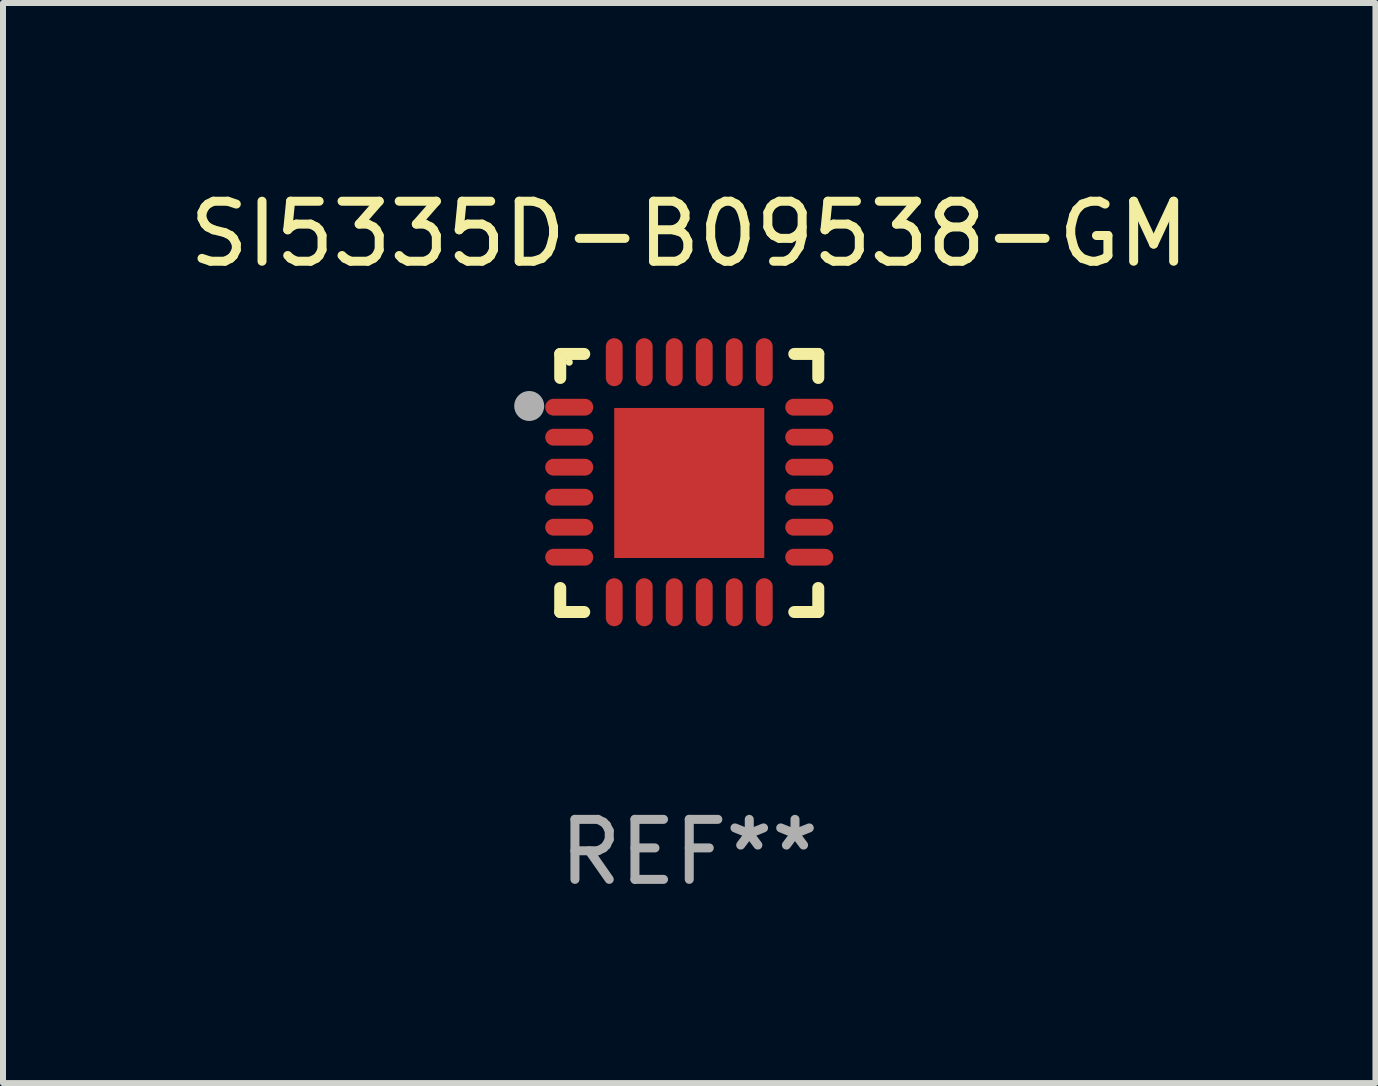
<source format=kicad_pcb>
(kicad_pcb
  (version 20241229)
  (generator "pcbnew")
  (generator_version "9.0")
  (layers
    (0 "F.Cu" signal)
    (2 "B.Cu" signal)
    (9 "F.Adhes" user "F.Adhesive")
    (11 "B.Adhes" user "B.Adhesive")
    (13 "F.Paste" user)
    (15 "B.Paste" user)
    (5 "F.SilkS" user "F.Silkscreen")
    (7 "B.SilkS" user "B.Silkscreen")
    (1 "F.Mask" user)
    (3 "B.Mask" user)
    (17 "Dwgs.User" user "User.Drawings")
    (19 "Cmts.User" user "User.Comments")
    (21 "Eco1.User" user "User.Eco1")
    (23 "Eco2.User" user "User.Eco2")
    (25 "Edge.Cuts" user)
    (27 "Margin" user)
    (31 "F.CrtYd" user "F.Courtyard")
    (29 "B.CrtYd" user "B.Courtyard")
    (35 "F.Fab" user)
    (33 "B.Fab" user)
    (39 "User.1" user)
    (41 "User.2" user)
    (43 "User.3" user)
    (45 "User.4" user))
  (footprint "SI5335D-B09538-GM"
    (layer "F.Cu")
    (at 8.435 4.998)
    (property "Reference" "SI5335D-B09538-GM" (at 0 -4.15 0) (layer "F.SilkS") (effects (font (size 1 1) (thickness 0.15))))
    (attr through_hole)
    (fp_line (start -2.15 -2.15) (end -1.75 -2.15) (stroke (width 0.2) (type solid)) (layer "F.SilkS"))
    (fp_line (start -2.15 -1.75) (end -2.15 -2.15) (stroke (width 0.2) (type solid)) (layer "F.SilkS"))
    (fp_line (start -2.15 2.15) (end -2.15 1.75) (stroke (width 0.2) (type solid)) (layer "F.SilkS"))
    (fp_line (start -1.75 2.15) (end -2.15 2.15) (stroke (width 0.2) (type solid)) (layer "F.SilkS"))
    (fp_line (start 1.75 -2.15) (end 2.15 -2.15) (stroke (width 0.2) (type solid)) (layer "F.SilkS"))
    (fp_line (start 1.75 2.15) (end 2.15 2.15) (stroke (width 0.2) (type solid)) (layer "F.SilkS"))
    (fp_line (start 2.15 -2.15) (end 2.15 -1.75) (stroke (width 0.2) (type solid)) (layer "F.SilkS"))
    (fp_line (start 2.15 2.15) (end 2.15 1.75) (stroke (width 0.2) (type solid)) (layer "F.SilkS"))
    (fp_circle (center -2 -2.013) (end -1.97 -2.013) (stroke (width 0.06) (type solid)) (fill no) (layer "F.SilkS"))
    (fp_circle (center -2.667 -1.283) (end -2.542 -1.283) (stroke (width 0.25) (type solid)) (fill no) (layer "F.Fab"))
    (fp_text user "REF**" (at 0 6.15 0) (layer "F.Fab") (effects (font (size 1 1) (thickness 0.15))))
    (pad "1" smd oval (at -2 -1.263) (size 0.8 0.28) (layers "F.Cu" "F.Mask" "F.Paste"))
    (pad "2" smd oval (at -2 -0.763) (size 0.8 0.28) (layers "F.Cu" "F.Mask" "F.Paste"))
    (pad "3" smd oval (at -2 -0.263) (size 0.8 0.28) (layers "F.Cu" "F.Mask" "F.Paste"))
    (pad "4" smd oval (at -2 0.237) (size 0.8 0.28) (layers "F.Cu" "F.Mask" "F.Paste"))
    (pad "5" smd oval (at -2 0.737) (size 0.8 0.28) (layers "F.Cu" "F.Mask" "F.Paste"))
    (pad "6" smd oval (at -2 1.237) (size 0.8 0.28) (layers "F.Cu" "F.Mask" "F.Paste"))
    (pad "7" smd oval (at -1.25 1.987) (size 0.28 0.8) (layers "F.Cu" "F.Mask" "F.Paste"))
    (pad "8" smd oval (at -0.75 1.987) (size 0.28 0.8) (layers "F.Cu" "F.Mask" "F.Paste"))
    (pad "9" smd oval (at -0.25 1.987) (size 0.28 0.8) (layers "F.Cu" "F.Mask" "F.Paste"))
    (pad "10" smd oval (at 0.25 1.987) (size 0.28 0.8) (layers "F.Cu" "F.Mask" "F.Paste"))
    (pad "11" smd oval (at 0.75 1.987) (size 0.28 0.8) (layers "F.Cu" "F.Mask" "F.Paste"))
    (pad "12" smd oval (at 1.25 1.987) (size 0.28 0.8) (layers "F.Cu" "F.Mask" "F.Paste"))
    (pad "13" smd oval (at 2 1.237) (size 0.8 0.28) (layers "F.Cu" "F.Mask" "F.Paste"))
    (pad "14" smd oval (at 2 0.737) (size 0.8 0.28) (layers "F.Cu" "F.Mask" "F.Paste"))
    (pad "15" smd oval (at 2 0.237) (size 0.8 0.28) (layers "F.Cu" "F.Mask" "F.Paste"))
    (pad "16" smd oval (at 2 -0.263) (size 0.8 0.28) (layers "F.Cu" "F.Mask" "F.Paste"))
    (pad "17" smd oval (at 2 -0.763) (size 0.8 0.28) (layers "F.Cu" "F.Mask" "F.Paste"))
    (pad "18" smd oval (at 2 -1.263) (size 0.8 0.28) (layers "F.Cu" "F.Mask" "F.Paste"))
    (pad "19" smd oval (at 1.25 -2.013) (size 0.28 0.8) (layers "F.Cu" "F.Mask" "F.Paste"))
    (pad "20" smd oval (at 0.75 -2.013) (size 0.28 0.8) (layers "F.Cu" "F.Mask" "F.Paste"))
    (pad "21" smd oval (at 0.25 -2.013) (size 0.28 0.8) (layers "F.Cu" "F.Mask" "F.Paste"))
    (pad "22" smd oval (at -0.25 -2.013) (size 0.28 0.8) (layers "F.Cu" "F.Mask" "F.Paste"))
    (pad "23" smd oval (at -0.75 -2.013) (size 0.28 0.8) (layers "F.Cu" "F.Mask" "F.Paste"))
    (pad "24" smd oval (at -1.25 -2.013) (size 0.28 0.8) (layers "F.Cu" "F.Mask" "F.Paste"))
    (pad "25" smd rect (at -0.000127 -0.00014) (size 2.5 2.5) (layers "F.Cu" "F.Mask" "F.Paste")))
  (gr_rect
    (start -3 -3)
    (end 19.869 14.997)
    (stroke (width 0.1) (type default))
    (fill no)
    (layer "Edge.Cuts")))
</source>
